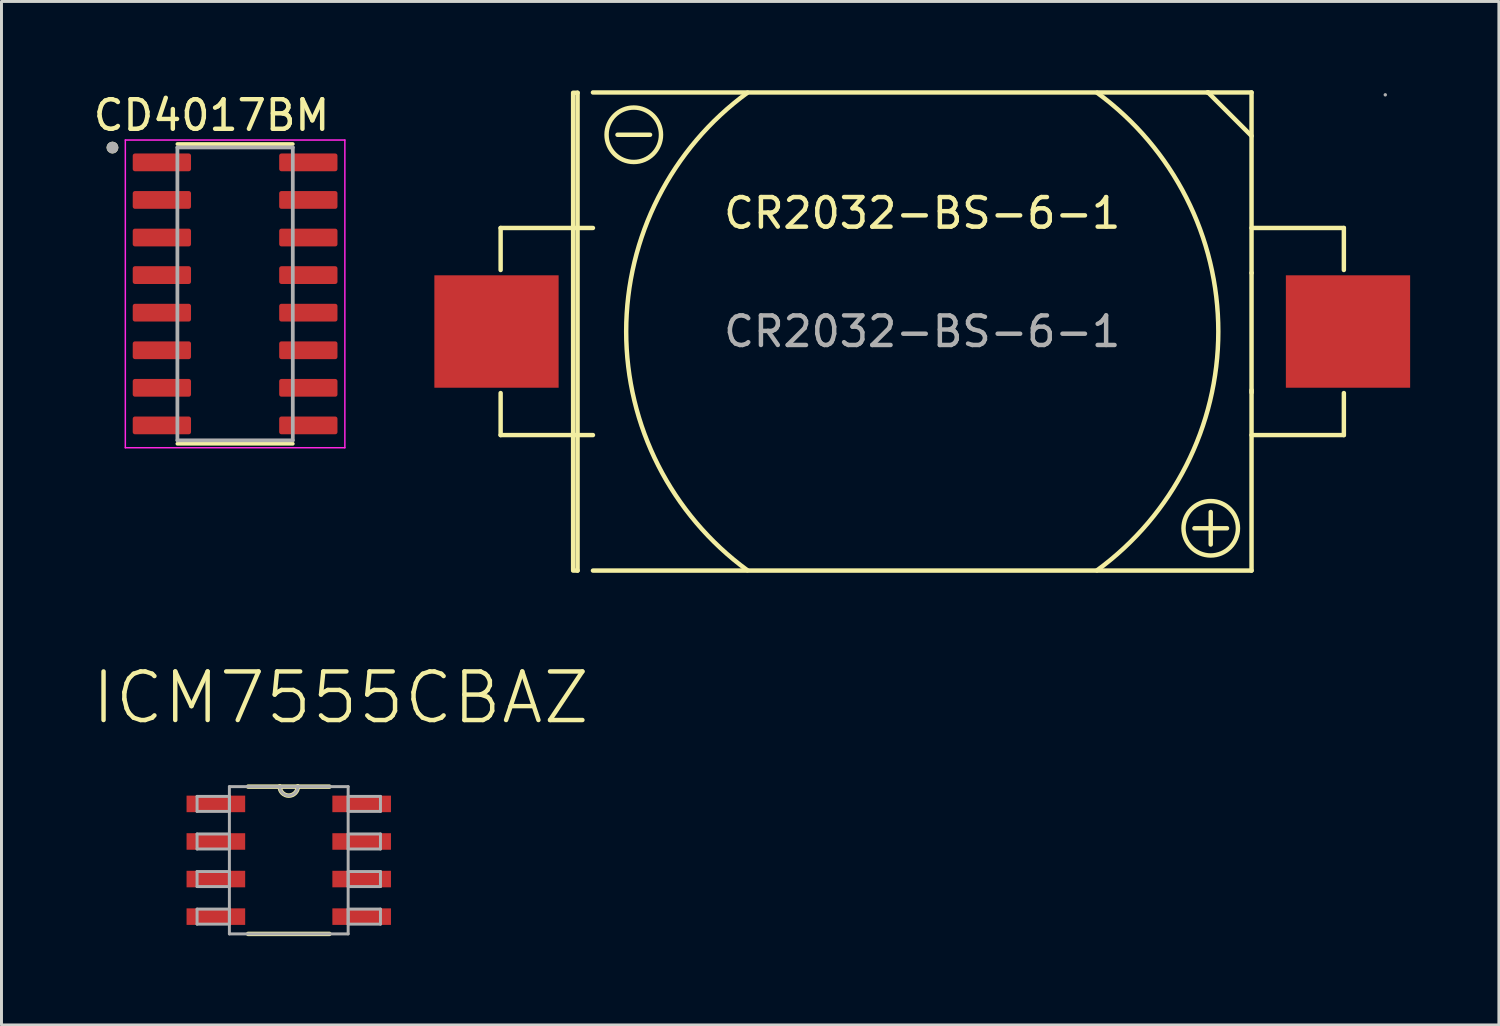
<source format=kicad_pcb>
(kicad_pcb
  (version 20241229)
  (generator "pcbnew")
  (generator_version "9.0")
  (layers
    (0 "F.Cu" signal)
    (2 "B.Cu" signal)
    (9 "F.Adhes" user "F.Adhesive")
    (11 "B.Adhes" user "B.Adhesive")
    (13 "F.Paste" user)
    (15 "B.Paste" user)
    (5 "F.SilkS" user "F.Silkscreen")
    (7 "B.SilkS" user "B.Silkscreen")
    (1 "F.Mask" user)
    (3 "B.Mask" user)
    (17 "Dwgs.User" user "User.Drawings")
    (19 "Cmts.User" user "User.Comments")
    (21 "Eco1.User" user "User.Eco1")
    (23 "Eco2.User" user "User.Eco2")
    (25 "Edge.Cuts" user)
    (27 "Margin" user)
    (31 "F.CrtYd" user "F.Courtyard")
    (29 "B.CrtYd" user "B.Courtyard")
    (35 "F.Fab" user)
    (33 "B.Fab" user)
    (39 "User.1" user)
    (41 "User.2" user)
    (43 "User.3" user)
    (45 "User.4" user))
  (footprint "CD4017BM"
    (layer "F.Cu")
    (at 4.896 6.883)
    (property "Reference" "CD4017BM" (at -0.795 -6.035 0) (layer "F.SilkS") (effects (font (size 1 1) (thickness 0.15))))
    (attr smd)
    (fp_line (start -1.95 -5.065) (end 1.95 -5.065) (stroke (width 0.127) (type solid)) (layer "F.SilkS"))
    (fp_line (start -1.95 5.065) (end 1.95 5.065) (stroke (width 0.127) (type solid)) (layer "F.SilkS"))
    (fp_circle (center -4.145 -4.945) (end -4.045 -4.945) (stroke (width 0.2) (type solid)) (fill no) (layer "F.SilkS"))
    (fp_line (start -3.71 -5.2) (end -3.71 5.2) (stroke (width 0.05) (type solid)) (layer "F.CrtYd"))
    (fp_line (start -3.71 -5.2) (end 3.71 -5.2) (stroke (width 0.05) (type solid)) (layer "F.CrtYd"))
    (fp_line (start -3.71 5.2) (end 3.71 5.2) (stroke (width 0.05) (type solid)) (layer "F.CrtYd"))
    (fp_line (start 3.71 -5.2) (end 3.71 5.2) (stroke (width 0.05) (type solid)) (layer "F.CrtYd"))
    (fp_line (start -1.95 -4.95) (end -1.95 4.95) (stroke (width 0.127) (type solid)) (layer "F.Fab"))
    (fp_line (start -1.95 -4.95) (end 1.95 -4.95) (stroke (width 0.127) (type solid)) (layer "F.Fab"))
    (fp_line (start -1.95 4.95) (end 1.95 4.95) (stroke (width 0.127) (type solid)) (layer "F.Fab"))
    (fp_line (start 1.95 -4.95) (end 1.95 4.95) (stroke (width 0.127) (type solid)) (layer "F.Fab"))
    (fp_circle (center -4.145 -4.945) (end -4.045 -4.945) (stroke (width 0.2) (type solid)) (fill no) (layer "F.Fab"))
    (pad "1" smd roundrect (at -2.475 -4.445) (size 1.97 0.6) (layers "F.Cu" "F.Mask" "F.Paste") (roundrect_rratio 0.125))
    (pad "2" smd roundrect (at -2.475 -3.175) (size 1.97 0.6) (layers "F.Cu" "F.Mask" "F.Paste") (roundrect_rratio 0.125))
    (pad "3" smd roundrect (at -2.475 -1.905) (size 1.97 0.6) (layers "F.Cu" "F.Mask" "F.Paste") (roundrect_rratio 0.125))
    (pad "4" smd roundrect (at -2.475 -0.635) (size 1.97 0.6) (layers "F.Cu" "F.Mask" "F.Paste") (roundrect_rratio 0.125))
    (pad "5" smd roundrect (at -2.475 0.635) (size 1.97 0.6) (layers "F.Cu" "F.Mask" "F.Paste") (roundrect_rratio 0.125))
    (pad "6" smd roundrect (at -2.475 1.905) (size 1.97 0.6) (layers "F.Cu" "F.Mask" "F.Paste") (roundrect_rratio 0.125))
    (pad "7" smd roundrect (at -2.475 3.175) (size 1.97 0.6) (layers "F.Cu" "F.Mask" "F.Paste") (roundrect_rratio 0.125))
    (pad "8" smd roundrect (at -2.475 4.445) (size 1.97 0.6) (layers "F.Cu" "F.Mask" "F.Paste") (roundrect_rratio 0.125))
    (pad "9" smd roundrect (at 2.475 4.445) (size 1.97 0.6) (layers "F.Cu" "F.Mask" "F.Paste") (roundrect_rratio 0.125))
    (pad "10" smd roundrect (at 2.475 3.175) (size 1.97 0.6) (layers "F.Cu" "F.Mask" "F.Paste") (roundrect_rratio 0.125))
    (pad "11" smd roundrect (at 2.475 1.905) (size 1.97 0.6) (layers "F.Cu" "F.Mask" "F.Paste") (roundrect_rratio 0.125))
    (pad "12" smd roundrect (at 2.475 0.635) (size 1.97 0.6) (layers "F.Cu" "F.Mask" "F.Paste") (roundrect_rratio 0.125))
    (pad "13" smd roundrect (at 2.475 -0.635) (size 1.97 0.6) (layers "F.Cu" "F.Mask" "F.Paste") (roundrect_rratio 0.125))
    (pad "14" smd roundrect (at 2.475 -1.905) (size 1.97 0.6) (layers "F.Cu" "F.Mask" "F.Paste") (roundrect_rratio 0.125))
    (pad "15" smd roundrect (at 2.475 -3.175) (size 1.97 0.6) (layers "F.Cu" "F.Mask" "F.Paste") (roundrect_rratio 0.125))
    (pad "16" smd roundrect (at 2.475 -4.445) (size 1.97 0.6) (layers "F.Cu" "F.Mask" "F.Paste") (roundrect_rratio 0.125)))
  (footprint "CR2032-BS-6-1"
    (layer "F.Cu")
    (at 28.121 8.155)
    (property "Reference" "CR2032-BS-6-1" (at 0 -4 0) (layer "F.SilkS") (effects (font (size 1 1) (thickness 0.15))))
    (attr through_hole)
    (fp_line (start -14.25 -3.5) (end -14.25 -2.08) (stroke (width 0.15) (type solid)) (layer "F.SilkS"))
    (fp_line (start -14.25 -3.5) (end -11.13 -3.5) (stroke (width 0.15) (type solid)) (layer "F.SilkS"))
    (fp_line (start -14.25 3.5) (end -14.25 2.08) (stroke (width 0.15) (type solid)) (layer "F.SilkS"))
    (fp_line (start -14.25 3.5) (end -11.13 3.5) (stroke (width 0.15) (type solid)) (layer "F.SilkS"))
    (fp_line (start -11.8 -8.07) (end -11.65 -8.07) (stroke (width 0.15) (type solid)) (layer "F.SilkS"))
    (fp_line (start -11.8 -8.05) (end -11.8 8.05) (stroke (width 0.15) (type solid)) (layer "F.SilkS"))
    (fp_line (start -11.65 -8.07) (end -11.65 8.08) (stroke (width 0.15) (type solid)) (layer "F.SilkS"))
    (fp_line (start -11.65 8.08) (end -11.8 8.08) (stroke (width 0.15) (type solid)) (layer "F.SilkS"))
    (fp_line (start -11.13 -8.08) (end 11.13 -8.08) (stroke (width 0.15) (type solid)) (layer "F.SilkS"))
    (fp_line (start -11.13 8.08) (end 11.13 8.08) (stroke (width 0.15) (type solid)) (layer "F.SilkS"))
    (fp_line (start -9.2 -6.65) (end -10.3 -6.65) (stroke (width 0.15) (type solid)) (layer "F.SilkS"))
    (fp_line (start 9.2 6.65) (end 10.3 6.65) (stroke (width 0.15) (type solid)) (layer "F.SilkS"))
    (fp_line (start 9.64 -8.08) (end 9.66 -8.08) (stroke (width 0.15) (type solid)) (layer "F.SilkS"))
    (fp_line (start 9.66 -8.08) (end 11.13 -6.61) (stroke (width 0.15) (type solid)) (layer "F.SilkS"))
    (fp_line (start 9.75 7.2) (end 9.75 6.1) (stroke (width 0.15) (type solid)) (layer "F.SilkS"))
    (fp_line (start 11.13 -8.08) (end 11.13 -1.98) (stroke (width 0.15) (type solid)) (layer "F.SilkS"))
    (fp_line (start 11.13 -1.98) (end 11.13 2.06) (stroke (width 0.15) (type solid)) (layer "F.SilkS"))
    (fp_line (start 11.13 8.08) (end 11.13 1.98) (stroke (width 0.15) (type solid)) (layer "F.SilkS"))
    (fp_line (start 14.25 -3.5) (end 11.13 -3.5) (stroke (width 0.15) (type solid)) (layer "F.SilkS"))
    (fp_line (start 14.25 -3.5) (end 14.25 -2.08) (stroke (width 0.15) (type solid)) (layer "F.SilkS"))
    (fp_line (start 14.25 3.5) (end 11.13 3.5) (stroke (width 0.15) (type solid)) (layer "F.SilkS"))
    (fp_line (start 14.25 3.5) (end 14.25 2.08) (stroke (width 0.15) (type solid)) (layer "F.SilkS"))
    (fp_arc (start -5.91 8.07) (mid -10.006744 -0.003602) (end -5.904183 -8.07425) (stroke (width 0.15) (type solid)) (layer "F.SilkS"))
    (fp_arc (start 5.91 -8.07) (mid 10.006744 0.003602) (end 5.904183 8.07425) (stroke (width 0.15) (type solid)) (layer "F.SilkS"))
    (fp_circle (center -9.75 -6.65) (end -8.83 -6.65) (stroke (width 0.15) (type solid)) (fill no) (layer "F.SilkS"))
    (fp_circle (center 9.75 6.65) (end 10.67 6.65) (stroke (width 0.15) (type solid)) (fill no) (layer "F.SilkS"))
    (fp_circle (center 15.65 -8) (end 15.68 -8) (stroke (width 0.06) (type solid)) (fill no) (layer "F.Fab"))
    (fp_text user "${REFERENCE}" (at 0 0 0) (layer "F.Fab") (effects (font (size 1 1) (thickness 0.15))))
    (pad "1" smd rect (at 14.39 0) (size 4.2 3.8) (layers "F.Cu" "F.Mask" "F.Paste"))
    (pad "2" smd rect (at -14.39 0) (size 4.2 3.8) (layers "F.Cu" "F.Mask" "F.Paste")))
  (footprint "ICM7555CBAZ"
    (layer "F.Cu")
    (at 6.71 26.026)
    (property "Reference" "ICM7555CBAZ" (at 1.754 -5.492 0) (layer "F.SilkS") (effects (font (size 1.642 1.642) (thickness 0.15))))
    (attr smd)
    (fp_line (start -1.372 2.489) (end 1.372 2.489) (stroke (width 0.152) (type solid)) (layer "F.SilkS"))
    (fp_line (start -0.305 -2.489) (end -1.372 -2.489) (stroke (width 0.152) (type solid)) (layer "F.SilkS"))
    (fp_line (start 0.305 -2.489) (end -0.305 -2.489) (stroke (width 0.152) (type solid)) (layer "F.SilkS"))
    (fp_line (start 1.372 -2.489) (end 0.305 -2.489) (stroke (width 0.152) (type solid)) (layer "F.SilkS"))
    (fp_arc (start 0.3048 -2.4892) (mid 0 -2.1844) (end -0.3048 -2.4892) (stroke (width 0.1524) (type solid)) (layer "F.SilkS"))
    (fp_line (start -3.099 -2.159) (end -3.099 -1.651) (stroke (width 0.1) (type solid)) (layer "F.Fab"))
    (fp_line (start -3.099 -1.651) (end -2.007 -1.651) (stroke (width 0.1) (type solid)) (layer "F.Fab"))
    (fp_line (start -3.099 -0.889) (end -3.099 -0.381) (stroke (width 0.1) (type solid)) (layer "F.Fab"))
    (fp_line (start -3.099 -0.381) (end -2.007 -0.381) (stroke (width 0.1) (type solid)) (layer "F.Fab"))
    (fp_line (start -3.099 0.381) (end -3.099 0.889) (stroke (width 0.1) (type solid)) (layer "F.Fab"))
    (fp_line (start -3.099 0.889) (end -2.007 0.889) (stroke (width 0.1) (type solid)) (layer "F.Fab"))
    (fp_line (start -3.099 1.651) (end -3.099 2.159) (stroke (width 0.1) (type solid)) (layer "F.Fab"))
    (fp_line (start -3.099 2.159) (end -2.007 2.159) (stroke (width 0.1) (type solid)) (layer "F.Fab"))
    (fp_line (start -2.007 -2.489) (end -2.007 2.489) (stroke (width 0.1) (type solid)) (layer "F.Fab"))
    (fp_line (start -2.007 -2.159) (end -3.099 -2.159) (stroke (width 0.1) (type solid)) (layer "F.Fab"))
    (fp_line (start -2.007 -1.651) (end -2.007 -2.159) (stroke (width 0.1) (type solid)) (layer "F.Fab"))
    (fp_line (start -2.007 -0.889) (end -3.099 -0.889) (stroke (width 0.1) (type solid)) (layer "F.Fab"))
    (fp_line (start -2.007 -0.381) (end -2.007 -0.889) (stroke (width 0.1) (type solid)) (layer "F.Fab"))
    (fp_line (start -2.007 0.381) (end -3.099 0.381) (stroke (width 0.1) (type solid)) (layer "F.Fab"))
    (fp_line (start -2.007 0.889) (end -2.007 0.381) (stroke (width 0.1) (type solid)) (layer "F.Fab"))
    (fp_line (start -2.007 1.651) (end -3.099 1.651) (stroke (width 0.1) (type solid)) (layer "F.Fab"))
    (fp_line (start -2.007 2.159) (end -2.007 1.651) (stroke (width 0.1) (type solid)) (layer "F.Fab"))
    (fp_line (start -2.007 2.489) (end 2.007 2.489) (stroke (width 0.1) (type solid)) (layer "F.Fab"))
    (fp_line (start -0.305 -2.489) (end -2.007 -2.489) (stroke (width 0.1) (type solid)) (layer "F.Fab"))
    (fp_line (start 0.305 -2.489) (end -0.305 -2.489) (stroke (width 0.1) (type solid)) (layer "F.Fab"))
    (fp_line (start 2.007 -2.489) (end 0.305 -2.489) (stroke (width 0.1) (type solid)) (layer "F.Fab"))
    (fp_line (start 2.007 -2.159) (end 2.007 -1.651) (stroke (width 0.1) (type solid)) (layer "F.Fab"))
    (fp_line (start 2.007 -1.651) (end 3.099 -1.651) (stroke (width 0.1) (type solid)) (layer "F.Fab"))
    (fp_line (start 2.007 -0.889) (end 2.007 -0.381) (stroke (width 0.1) (type solid)) (layer "F.Fab"))
    (fp_line (start 2.007 -0.381) (end 3.099 -0.381) (stroke (width 0.1) (type solid)) (layer "F.Fab"))
    (fp_line (start 2.007 0.381) (end 2.007 0.889) (stroke (width 0.1) (type solid)) (layer "F.Fab"))
    (fp_line (start 2.007 0.889) (end 3.099 0.889) (stroke (width 0.1) (type solid)) (layer "F.Fab"))
    (fp_line (start 2.007 1.651) (end 2.007 2.159) (stroke (width 0.1) (type solid)) (layer "F.Fab"))
    (fp_line (start 2.007 2.159) (end 3.099 2.159) (stroke (width 0.1) (type solid)) (layer "F.Fab"))
    (fp_line (start 2.007 2.489) (end 2.007 -2.489) (stroke (width 0.1) (type solid)) (layer "F.Fab"))
    (fp_line (start 3.099 -2.159) (end 2.007 -2.159) (stroke (width 0.1) (type solid)) (layer "F.Fab"))
    (fp_line (start 3.099 -1.651) (end 3.099 -2.159) (stroke (width 0.1) (type solid)) (layer "F.Fab"))
    (fp_line (start 3.099 -0.889) (end 2.007 -0.889) (stroke (width 0.1) (type solid)) (layer "F.Fab"))
    (fp_line (start 3.099 -0.381) (end 3.099 -0.889) (stroke (width 0.1) (type solid)) (layer "F.Fab"))
    (fp_line (start 3.099 0.381) (end 2.007 0.381) (stroke (width 0.1) (type solid)) (layer "F.Fab"))
    (fp_line (start 3.099 0.889) (end 3.099 0.381) (stroke (width 0.1) (type solid)) (layer "F.Fab"))
    (fp_line (start 3.099 1.651) (end 2.007 1.651) (stroke (width 0.1) (type solid)) (layer "F.Fab"))
    (fp_line (start 3.099 2.159) (end 3.099 1.651) (stroke (width 0.1) (type solid)) (layer "F.Fab"))
    (fp_arc (start 0.3048 -2.4892) (mid 0 -2.1844) (end -0.3048 -2.4892) (stroke (width 0.1) (type solid)) (layer "F.Fab"))
    (pad "1" smd rect (at -2.464 -1.905) (size 1.981 0.559) (layers "F.Cu" "F.Mask" "F.Paste"))
    (pad "2" smd rect (at -2.464 -0.635) (size 1.981 0.559) (layers "F.Cu" "F.Mask" "F.Paste"))
    (pad "3" smd rect (at -2.464 0.635) (size 1.981 0.559) (layers "F.Cu" "F.Mask" "F.Paste"))
    (pad "4" smd rect (at -2.464 1.905) (size 1.981 0.559) (layers "F.Cu" "F.Mask" "F.Paste"))
    (pad "5" smd rect (at 2.464 1.905) (size 1.981 0.559) (layers "F.Cu" "F.Mask" "F.Paste"))
    (pad "6" smd rect (at 2.464 0.635) (size 1.981 0.559) (layers "F.Cu" "F.Mask" "F.Paste"))
    (pad "7" smd rect (at 2.464 -0.635) (size 1.981 0.559) (layers "F.Cu" "F.Mask" "F.Paste"))
    (pad "8" smd rect (at 2.464 -1.905) (size 1.981 0.559) (layers "F.Cu" "F.Mask" "F.Paste")))
  (gr_rect
    (start -3 -3)
    (end 47.611 31.591)
    (stroke (width 0.1) (type default))
    (fill no)
    (layer "Edge.Cuts")))
</source>
